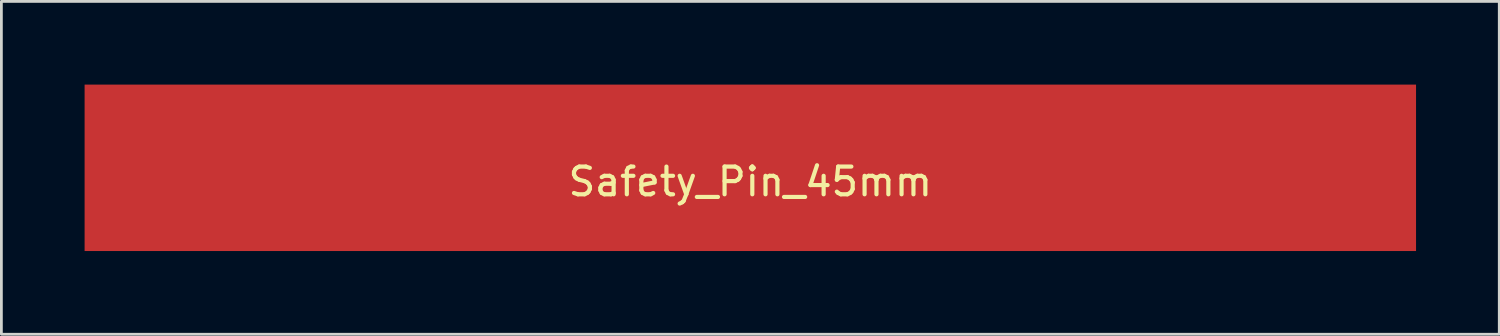
<source format=kicad_pcb>
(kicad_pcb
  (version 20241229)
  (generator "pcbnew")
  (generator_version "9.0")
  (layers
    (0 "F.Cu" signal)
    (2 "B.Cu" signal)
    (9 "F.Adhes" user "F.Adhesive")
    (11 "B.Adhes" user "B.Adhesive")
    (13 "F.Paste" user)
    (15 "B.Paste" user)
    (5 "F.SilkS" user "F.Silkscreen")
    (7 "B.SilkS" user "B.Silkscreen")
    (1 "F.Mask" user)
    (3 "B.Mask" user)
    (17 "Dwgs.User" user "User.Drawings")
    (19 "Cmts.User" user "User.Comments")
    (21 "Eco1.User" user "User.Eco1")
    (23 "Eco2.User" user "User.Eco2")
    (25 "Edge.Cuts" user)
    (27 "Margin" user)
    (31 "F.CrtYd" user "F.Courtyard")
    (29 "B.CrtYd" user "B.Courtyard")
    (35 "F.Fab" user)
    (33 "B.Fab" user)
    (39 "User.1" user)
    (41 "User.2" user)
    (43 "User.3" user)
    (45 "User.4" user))
  (footprint "Safety_Pin_45mm"
    (layer "F.Cu")
    (at 24 3)
    (property "Reference" "Safety_Pin_45mm" (at 0 0.5 0) (layer "F.SilkS") (effects (font (size 1 1) (thickness 0.15))))
    (attr through_hole)
    (pad "" smd rect (at 0 0) (size 48 6) (layers "F.Cu" "F.Mask" "F.Paste")))
  (gr_rect
    (start -3 -3)
    (end 51 9)
    (stroke (width 0.1) (type default))
    (fill no)
    (layer "Edge.Cuts")))
</source>
